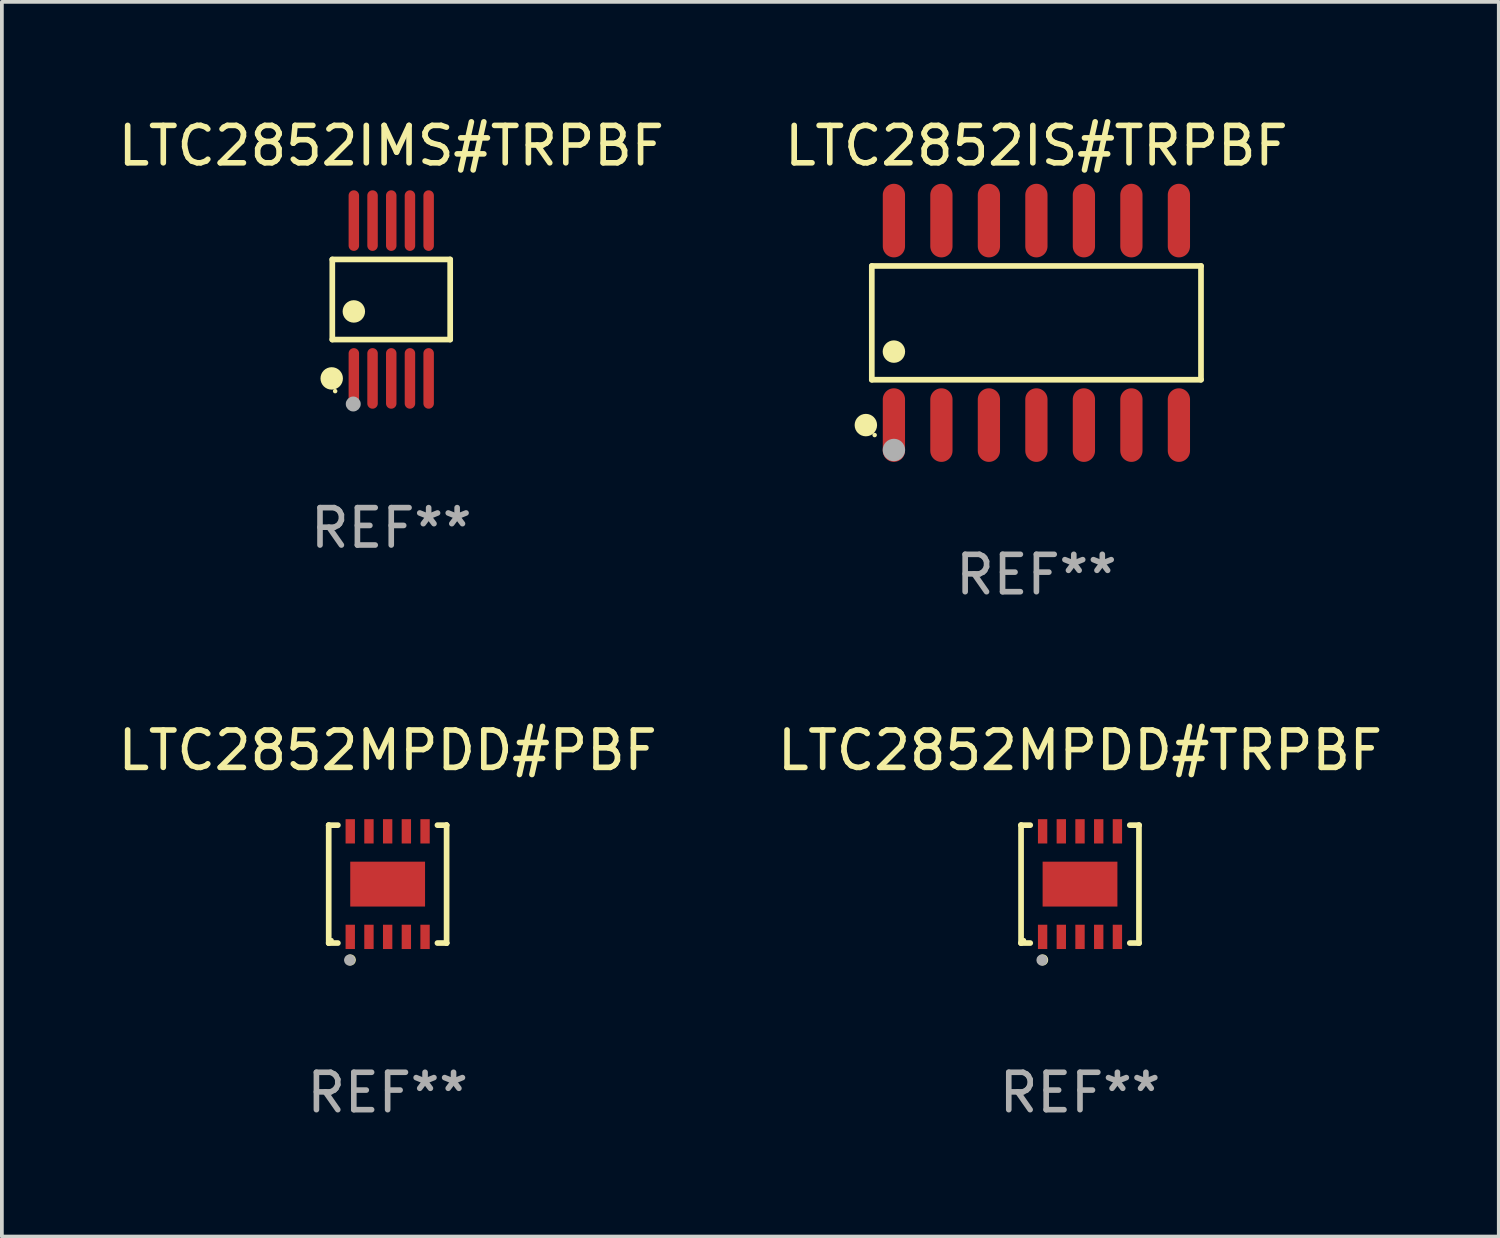
<source format=kicad_pcb>
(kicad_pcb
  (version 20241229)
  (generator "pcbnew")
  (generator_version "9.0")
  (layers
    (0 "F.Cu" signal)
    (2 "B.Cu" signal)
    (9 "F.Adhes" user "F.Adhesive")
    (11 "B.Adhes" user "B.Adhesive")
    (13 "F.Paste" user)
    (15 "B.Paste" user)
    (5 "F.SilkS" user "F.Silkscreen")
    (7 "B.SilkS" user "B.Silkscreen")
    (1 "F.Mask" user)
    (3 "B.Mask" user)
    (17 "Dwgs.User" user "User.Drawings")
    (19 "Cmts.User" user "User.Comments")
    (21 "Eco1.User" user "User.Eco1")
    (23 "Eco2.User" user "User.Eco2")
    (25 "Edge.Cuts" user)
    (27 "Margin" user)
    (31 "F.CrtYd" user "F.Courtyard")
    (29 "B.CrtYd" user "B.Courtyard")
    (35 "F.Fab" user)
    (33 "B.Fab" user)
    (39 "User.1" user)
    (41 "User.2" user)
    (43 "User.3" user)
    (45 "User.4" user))
  (footprint "LTC2852IMS#TRPBF"
    (layer "F.Cu")
    (at 7.411 4.958)
    (property "Reference" "LTC2852IMS#TRPBF" (at 0 -4.11 0) (layer "F.SilkS") (effects (font (size 1 1) (thickness 0.15))))
    (attr through_hole)
    (fp_line (start -1.576 -1.071) (end 1.576 -1.071) (stroke (width 0.152) (type solid)) (layer "F.SilkS"))
    (fp_line (start -1.576 1.071) (end -1.576 -1.071) (stroke (width 0.152) (type solid)) (layer "F.SilkS"))
    (fp_line (start 1.576 -1.071) (end 1.576 1.071) (stroke (width 0.152) (type solid)) (layer "F.SilkS"))
    (fp_line (start 1.576 1.071) (end -1.576 1.071) (stroke (width 0.152) (type solid)) (layer "F.SilkS"))
    (fp_circle (center -1.592 2.11) (end -1.442 2.11) (stroke (width 0.3) (type solid)) (fill no) (layer "F.SilkS"))
    (fp_circle (center -1.5 2.45) (end -1.47 2.45) (stroke (width 0.06) (type solid)) (fill no) (layer "F.SilkS"))
    (fp_circle (center -1 0.319) (end -0.85 0.319) (stroke (width 0.3) (type solid)) (fill no) (layer "F.SilkS"))
    (fp_circle (center -1.016 2.794) (end -0.916 2.794) (stroke (width 0.2) (type solid)) (fill no) (layer "F.Fab"))
    (fp_text user "REF**" (at 0 6.11 0) (layer "F.Fab") (effects (font (size 1 1) (thickness 0.15))))
    (pad "1" smd oval (at -1 2.11) (size 0.28 1.62) (layers "F.Cu" "F.Mask" "F.Paste"))
    (pad "2" smd oval (at -0.5 2.11) (size 0.28 1.62) (layers "F.Cu" "F.Mask" "F.Paste"))
    (pad "3" smd oval (at 0 2.11) (size 0.28 1.62) (layers "F.Cu" "F.Mask" "F.Paste"))
    (pad "4" smd oval (at 0.5 2.11) (size 0.28 1.62) (layers "F.Cu" "F.Mask" "F.Paste"))
    (pad "5" smd oval (at 1 2.11) (size 0.28 1.62) (layers "F.Cu" "F.Mask" "F.Paste"))
    (pad "6" smd oval (at 1 -2.11) (size 0.28 1.62) (layers "F.Cu" "F.Mask" "F.Paste"))
    (pad "7" smd oval (at 0.5 -2.11) (size 0.28 1.62) (layers "F.Cu" "F.Mask" "F.Paste"))
    (pad "8" smd oval (at 0 -2.11) (size 0.28 1.62) (layers "F.Cu" "F.Mask" "F.Paste"))
    (pad "9" smd oval (at -0.5 -2.11) (size 0.28 1.62) (layers "F.Cu" "F.Mask" "F.Paste"))
    (pad "10" smd oval (at -1 -2.11) (size 0.28 1.62) (layers "F.Cu" "F.Mask" "F.Paste")))
  (footprint "LTC2852MPDD#TRPBF"
    (layer "F.Cu")
    (at 25.827 20.589)
    (property "Reference" "LTC2852MPDD#TRPBF" (at 0 -3.576 0) (layer "F.SilkS") (effects (font (size 1 1) (thickness 0.15))))
    (attr through_hole)
    (fp_line (start -1.576 -1.576) (end -1.576 -1.576) (stroke (width 0.152) (type solid)) (layer "F.SilkS"))
    (fp_line (start -1.576 -1.576) (end -1.331 -1.576) (stroke (width 0.152) (type solid)) (layer "F.SilkS"))
    (fp_line (start -1.576 1.576) (end -1.576 -1.576) (stroke (width 0.152) (type solid)) (layer "F.SilkS"))
    (fp_line (start -1.576 1.576) (end -1.576 1.576) (stroke (width 0.152) (type solid)) (layer "F.SilkS"))
    (fp_line (start -1.331 1.576) (end -1.576 1.576) (stroke (width 0.152) (type solid)) (layer "F.SilkS"))
    (fp_line (start 1.331 1.576) (end 1.576 1.576) (stroke (width 0.152) (type solid)) (layer "F.SilkS"))
    (fp_line (start 1.576 -1.576) (end 1.331 -1.576) (stroke (width 0.152) (type solid)) (layer "F.SilkS"))
    (fp_line (start 1.576 -1.576) (end 1.576 -1.576) (stroke (width 0.152) (type solid)) (layer "F.SilkS"))
    (fp_line (start 1.576 1.576) (end 1.576 -1.576) (stroke (width 0.152) (type solid)) (layer "F.SilkS"))
    (fp_line (start 1.576 1.576) (end 1.576 1.576) (stroke (width 0.152) (type solid)) (layer "F.SilkS"))
    (fp_circle (center -1.5 1.5) (end -1.47 1.5) (stroke (width 0.06) (type solid)) (fill no) (layer "F.SilkS"))
    (fp_circle (center -1 2.028) (end -0.925 2.028) (stroke (width 0.15) (type solid)) (fill no) (layer "F.SilkS"))
    (fp_circle (center -1.016 2.032) (end -0.941 2.032) (stroke (width 0.15) (type solid)) (fill no) (layer "F.Fab"))
    (fp_text user "REF**" (at 0 5.576 0) (layer "F.Fab") (effects (font (size 1 1) (thickness 0.15))))
    (pad "1" smd rect (at -1 1.411) (size 0.25 0.65) (layers "F.Cu" "F.Mask" "F.Paste"))
    (pad "2" smd rect (at -0.5 1.411) (size 0.25 0.65) (layers "F.Cu" "F.Mask" "F.Paste"))
    (pad "3" smd rect (at 0 1.411) (size 0.25 0.65) (layers "F.Cu" "F.Mask" "F.Paste"))
    (pad "4" smd rect (at 0.5 1.411) (size 0.25 0.65) (layers "F.Cu" "F.Mask" "F.Paste"))
    (pad "5" smd rect (at 1 1.411) (size 0.25 0.65) (layers "F.Cu" "F.Mask" "F.Paste"))
    (pad "6" smd rect (at 1 -1.411) (size 0.25 0.65) (layers "F.Cu" "F.Mask" "F.Paste"))
    (pad "7" smd rect (at 0.5 -1.411) (size 0.25 0.65) (layers "F.Cu" "F.Mask" "F.Paste"))
    (pad "8" smd rect (at 0 -1.411) (size 0.25 0.65) (layers "F.Cu" "F.Mask" "F.Paste"))
    (pad "9" smd rect (at -0.5 -1.411) (size 0.25 0.65) (layers "F.Cu" "F.Mask" "F.Paste"))
    (pad "10" smd rect (at -1 -1.411) (size 0.25 0.65) (layers "F.Cu" "F.Mask" "F.Paste"))
    (pad "11" smd rect (at 0 0) (size 2 1.2) (layers "F.Cu" "F.Mask" "F.Paste")))
  (footprint "LTC2852IS#TRPBF"
    (layer "F.Cu")
    (at 24.661 5.582)
    (property "Reference" "LTC2852IS#TRPBF" (at 0 -4.734 0) (layer "F.SilkS") (effects (font (size 1 1) (thickness 0.15))))
    (attr through_hole)
    (fp_line (start -4.401 -1.521) (end 4.401 -1.521) (stroke (width 0.152) (type solid)) (layer "F.SilkS"))
    (fp_line (start -4.401 1.521) (end -4.401 -1.521) (stroke (width 0.152) (type solid)) (layer "F.SilkS"))
    (fp_line (start 4.401 -1.521) (end 4.401 1.521) (stroke (width 0.152) (type solid)) (layer "F.SilkS"))
    (fp_line (start 4.401 1.521) (end -4.401 1.521) (stroke (width 0.152) (type solid)) (layer "F.SilkS"))
    (fp_circle (center -4.56 2.734) (end -4.41 2.734) (stroke (width 0.3) (type solid)) (fill no) (layer "F.SilkS"))
    (fp_circle (center -4.325 3) (end -4.295 3) (stroke (width 0.06) (type solid)) (fill no) (layer "F.SilkS"))
    (fp_circle (center -3.81 0.769) (end -3.66 0.769) (stroke (width 0.3) (type solid)) (fill no) (layer "F.SilkS"))
    (fp_circle (center -3.81 3.4) (end -3.66 3.4) (stroke (width 0.3) (type solid)) (fill no) (layer "F.Fab"))
    (fp_text user "REF**" (at 0 6.734 0) (layer "F.Fab") (effects (font (size 1 1) (thickness 0.15))))
    (pad "1" smd oval (at -3.81 2.734) (size 0.595 1.968) (layers "F.Cu" "F.Mask" "F.Paste"))
    (pad "2" smd oval (at -2.54 2.734) (size 0.595 1.968) (layers "F.Cu" "F.Mask" "F.Paste"))
    (pad "3" smd oval (at -1.27 2.734) (size 0.595 1.968) (layers "F.Cu" "F.Mask" "F.Paste"))
    (pad "4" smd oval (at 0 2.734) (size 0.595 1.968) (layers "F.Cu" "F.Mask" "F.Paste"))
    (pad "5" smd oval (at 1.27 2.734) (size 0.595 1.968) (layers "F.Cu" "F.Mask" "F.Paste"))
    (pad "6" smd oval (at 2.54 2.734) (size 0.595 1.968) (layers "F.Cu" "F.Mask" "F.Paste"))
    (pad "7" smd oval (at 3.81 2.734) (size 0.595 1.968) (layers "F.Cu" "F.Mask" "F.Paste"))
    (pad "8" smd oval (at 3.81 -2.734) (size 0.595 1.968) (layers "F.Cu" "F.Mask" "F.Paste"))
    (pad "9" smd oval (at 2.54 -2.734) (size 0.595 1.968) (layers "F.Cu" "F.Mask" "F.Paste"))
    (pad "10" smd oval (at 1.27 -2.734) (size 0.595 1.968) (layers "F.Cu" "F.Mask" "F.Paste"))
    (pad "11" smd oval (at 0 -2.734) (size 0.595 1.968) (layers "F.Cu" "F.Mask" "F.Paste"))
    (pad "12" smd oval (at -1.27 -2.734) (size 0.595 1.968) (layers "F.Cu" "F.Mask" "F.Paste"))
    (pad "13" smd oval (at -2.54 -2.734) (size 0.595 1.968) (layers "F.Cu" "F.Mask" "F.Paste"))
    (pad "14" smd oval (at -3.81 -2.734) (size 0.595 1.968) (layers "F.Cu" "F.Mask" "F.Paste")))
  (footprint "LTC2852MPDD#PBF"
    (layer "F.Cu")
    (at 7.315 20.589)
    (property "Reference" "LTC2852MPDD#PBF" (at 0 -3.576 0) (layer "F.SilkS") (effects (font (size 1 1) (thickness 0.15))))
    (attr through_hole)
    (fp_line (start -1.576 -1.576) (end -1.576 -1.576) (stroke (width 0.152) (type solid)) (layer "F.SilkS"))
    (fp_line (start -1.576 -1.576) (end -1.331 -1.576) (stroke (width 0.152) (type solid)) (layer "F.SilkS"))
    (fp_line (start -1.576 1.576) (end -1.576 -1.576) (stroke (width 0.152) (type solid)) (layer "F.SilkS"))
    (fp_line (start -1.576 1.576) (end -1.576 1.576) (stroke (width 0.152) (type solid)) (layer "F.SilkS"))
    (fp_line (start -1.331 1.576) (end -1.576 1.576) (stroke (width 0.152) (type solid)) (layer "F.SilkS"))
    (fp_line (start 1.331 1.576) (end 1.576 1.576) (stroke (width 0.152) (type solid)) (layer "F.SilkS"))
    (fp_line (start 1.576 -1.576) (end 1.331 -1.576) (stroke (width 0.152) (type solid)) (layer "F.SilkS"))
    (fp_line (start 1.576 -1.576) (end 1.576 -1.576) (stroke (width 0.152) (type solid)) (layer "F.SilkS"))
    (fp_line (start 1.576 1.576) (end 1.576 -1.576) (stroke (width 0.152) (type solid)) (layer "F.SilkS"))
    (fp_line (start 1.576 1.576) (end 1.576 1.576) (stroke (width 0.152) (type solid)) (layer "F.SilkS"))
    (fp_circle (center -1.5 1.5) (end -1.47 1.5) (stroke (width 0.06) (type solid)) (fill no) (layer "F.SilkS"))
    (fp_circle (center -1 2.028) (end -0.925 2.028) (stroke (width 0.15) (type solid)) (fill no) (layer "F.SilkS"))
    (fp_circle (center -1.016 2.032) (end -0.941 2.032) (stroke (width 0.15) (type solid)) (fill no) (layer "F.Fab"))
    (fp_text user "REF**" (at 0 5.576 0) (layer "F.Fab") (effects (font (size 1 1) (thickness 0.15))))
    (pad "1" smd rect (at -1 1.411) (size 0.25 0.65) (layers "F.Cu" "F.Mask" "F.Paste"))
    (pad "2" smd rect (at -0.5 1.411) (size 0.25 0.65) (layers "F.Cu" "F.Mask" "F.Paste"))
    (pad "3" smd rect (at 0 1.411) (size 0.25 0.65) (layers "F.Cu" "F.Mask" "F.Paste"))
    (pad "4" smd rect (at 0.5 1.411) (size 0.25 0.65) (layers "F.Cu" "F.Mask" "F.Paste"))
    (pad "5" smd rect (at 1 1.411) (size 0.25 0.65) (layers "F.Cu" "F.Mask" "F.Paste"))
    (pad "6" smd rect (at 1 -1.411) (size 0.25 0.65) (layers "F.Cu" "F.Mask" "F.Paste"))
    (pad "7" smd rect (at 0.5 -1.411) (size 0.25 0.65) (layers "F.Cu" "F.Mask" "F.Paste"))
    (pad "8" smd rect (at 0 -1.411) (size 0.25 0.65) (layers "F.Cu" "F.Mask" "F.Paste"))
    (pad "9" smd rect (at -0.5 -1.411) (size 0.25 0.65) (layers "F.Cu" "F.Mask" "F.Paste"))
    (pad "10" smd rect (at -1 -1.411) (size 0.25 0.65) (layers "F.Cu" "F.Mask" "F.Paste"))
    (pad "11" smd rect (at 0 0) (size 2 1.2) (layers "F.Cu" "F.Mask" "F.Paste")))
  (gr_rect
    (start -3 -3)
    (end 37.024 30.013)
    (stroke (width 0.1) (type default))
    (fill no)
    (layer "Edge.Cuts")))
</source>
